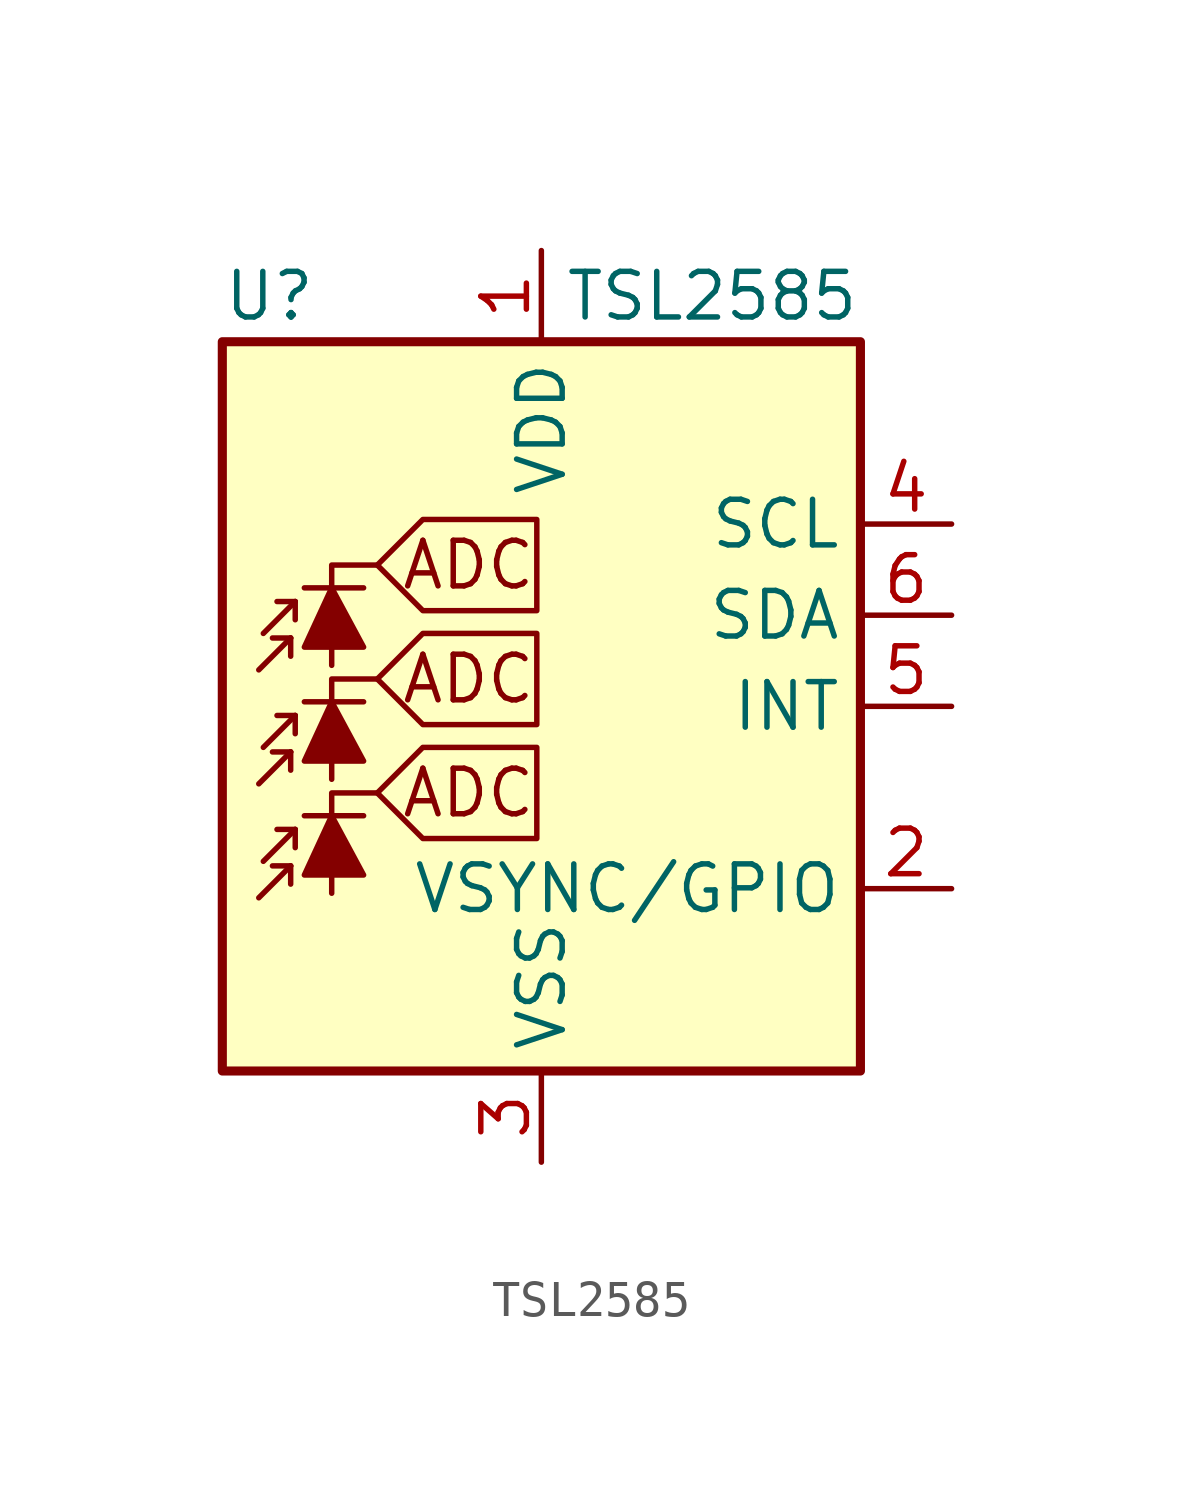
<source format=kicad_sym>
(kicad_symbol_lib
  (version 20220914)
  (generator kicad_symbol_editor)
  (symbol "TSL2585"
    (property "Reference" "U"
      (at -8.89 11.43 0)
      (effects (font (size 1.27 1.27)) (justify left)))
    (property "Value" "TSL2585"
      (at 0.635 11.43 0)
      (effects (font (size 1.27 1.27)) (justify left)))
    (symbol "TSL2585_0_0"
      (polyline (pts (xy -4.572 -2.413) (xy -3.302 -1.143) (xy -0.127 -1.143) (xy -0.127 -3.683) (xy -3.302 -3.683) (xy -4.572 -2.413)) (stroke (width 0) (type default)) (fill (type none)))
      (polyline (pts (xy -4.572 0.762) (xy -3.302 2.032) (xy -0.127 2.032) (xy -0.127 -0.508) (xy -3.302 -0.508) (xy -4.572 0.762)) (stroke (width 0) (type default)) (fill (type none)))
      (polyline (pts (xy -4.572 3.937) (xy -3.302 5.207) (xy -0.127 5.207) (xy -0.127 2.667) (xy -3.302 2.667) (xy -4.572 3.937)) (stroke (width 0) (type default)) (fill (type none)))
      (text "ADC" (at -2.032 -2.413 0) (effects (font (size 1.27 1.27))))
      (text "ADC" (at -2.032 0.762 0) (effects (font (size 1.27 1.27))))
      (text "ADC" (at -2.032 3.937 0) (effects (font (size 1.27 1.27)))))
    (symbol "TSL2585_0_1"
      (rectangle (start -8.89 10.16) (end 8.89 -10.16) (stroke (width 0.254) (type default)) (fill (type background))))
    (symbol "TSL2585_1_0"
      (polyline (pts (xy -5.842 -5.207) (xy -5.842 -2.413) (xy -4.572 -2.413)) (stroke (width 0) (type default)) (fill (type none)))
      (polyline (pts (xy -5.842 -2.032) (xy -5.842 0.762) (xy -4.572 0.762)) (stroke (width 0) (type default)) (fill (type none)))
      (polyline (pts (xy -5.842 1.143) (xy -5.842 3.937) (xy -4.572 3.937)) (stroke (width 0) (type default)) (fill (type none))))
    (symbol "TSL2585_1_1"
      (polyline (pts (xy -6.985 -4.445) (xy -7.874 -5.334)) (stroke (width 0) (type default)) (fill (type none)))
      (polyline (pts (xy -6.985 -4.445) (xy -7.493 -4.445)) (stroke (width 0) (type default)) (fill (type none)))
      (polyline (pts (xy -6.985 -4.445) (xy -6.985 -4.953)) (stroke (width 0) (type default)) (fill (type none)))
      (polyline (pts (xy -6.985 -1.27) (xy -7.874 -2.159)) (stroke (width 0) (type default)) (fill (type none)))
      (polyline (pts (xy -6.985 -1.27) (xy -7.493 -1.27)) (stroke (width 0) (type default)) (fill (type none)))
      (polyline (pts (xy -6.985 -1.27) (xy -6.985 -1.778)) (stroke (width 0) (type default)) (fill (type none)))
      (polyline (pts (xy -6.985 1.905) (xy -7.874 1.016)) (stroke (width 0) (type default)) (fill (type none)))
      (polyline (pts (xy -6.985 1.905) (xy -7.493 1.905)) (stroke (width 0) (type default)) (fill (type none)))
      (polyline (pts (xy -6.985 1.905) (xy -6.985 1.397)) (stroke (width 0) (type default)) (fill (type none)))
      (polyline (pts (xy -6.858 -3.429) (xy -7.747 -4.318)) (stroke (width 0) (type default)) (fill (type none)))
      (polyline (pts (xy -6.858 -3.429) (xy -7.366 -3.429)) (stroke (width 0) (type default)) (fill (type none)))
      (polyline (pts (xy -6.858 -3.429) (xy -6.858 -3.937)) (stroke (width 0) (type default)) (fill (type none)))
      (polyline (pts (xy -6.858 -0.254) (xy -7.747 -1.143)) (stroke (width 0) (type default)) (fill (type none)))
      (polyline (pts (xy -6.858 -0.254) (xy -7.366 -0.254)) (stroke (width 0) (type default)) (fill (type none)))
      (polyline (pts (xy -6.858 -0.254) (xy -6.858 -0.762)) (stroke (width 0) (type default)) (fill (type none)))
      (polyline (pts (xy -6.858 2.921) (xy -7.747 2.032)) (stroke (width 0) (type default)) (fill (type none)))
      (polyline (pts (xy -6.858 2.921) (xy -7.366 2.921)) (stroke (width 0) (type default)) (fill (type none)))
      (polyline (pts (xy -6.858 2.921) (xy -6.858 2.413)) (stroke (width 0) (type default)) (fill (type none)))
      (polyline (pts (xy -6.604 -3.048) (xy -4.953 -3.048)) (stroke (width 0) (type default)) (fill (type none)))
      (polyline (pts (xy -6.604 0.127) (xy -4.953 0.127)) (stroke (width 0) (type default)) (fill (type none)))
      (polyline (pts (xy -6.604 3.302) (xy -4.953 3.302)) (stroke (width 0) (type default)) (fill (type none)))
      (polyline (pts (xy -6.604 -4.699) (xy -4.953 -4.699) (xy -5.842 -3.048) (xy -6.604 -4.699)) (stroke (width 0) (type default)) (fill (type outline)))
      (polyline (pts (xy -6.604 -1.524) (xy -4.953 -1.524) (xy -5.842 0.127) (xy -6.604 -1.524)) (stroke (width 0) (type default)) (fill (type outline)))
      (polyline (pts (xy -6.604 1.651) (xy -4.953 1.651) (xy -5.842 3.302) (xy -6.604 1.651)) (stroke (width 0) (type default)) (fill (type outline)))
      (pin power_in line (at 0 12.7 270) (length 2.54) (name "VDD" (effects (font (size 1.27 1.27)))) (number "1" (effects (font (size 1.27 1.27)))))
      (pin bidirectional line (at 11.43 -5.08 180) (length 2.54) (name "VSYNC/GPIO" (effects (font (size 1.27 1.27)))) (number "2" (effects (font (size 1.27 1.27)))))
      (pin power_in line (at 0 -12.7 90) (length 2.54) (name "VSS" (effects (font (size 1.27 1.27)))) (number "3" (effects (font (size 1.27 1.27)))))
      (pin input line (at 11.43 5.08 180) (length 2.54) (name "SCL" (effects (font (size 1.27 1.27)))) (number "4" (effects (font (size 1.27 1.27)))))
      (pin open_collector line (at 11.43 0 180) (length 2.54) (name "INT" (effects (font (size 1.27 1.27)))) (number "5" (effects (font (size 1.27 1.27)))))
      (pin bidirectional line (at 11.43 2.54 180) (length 2.54) (name "SDA" (effects (font (size 1.27 1.27)))) (number "6" (effects (font (size 1.27 1.27))))))))
</source>
